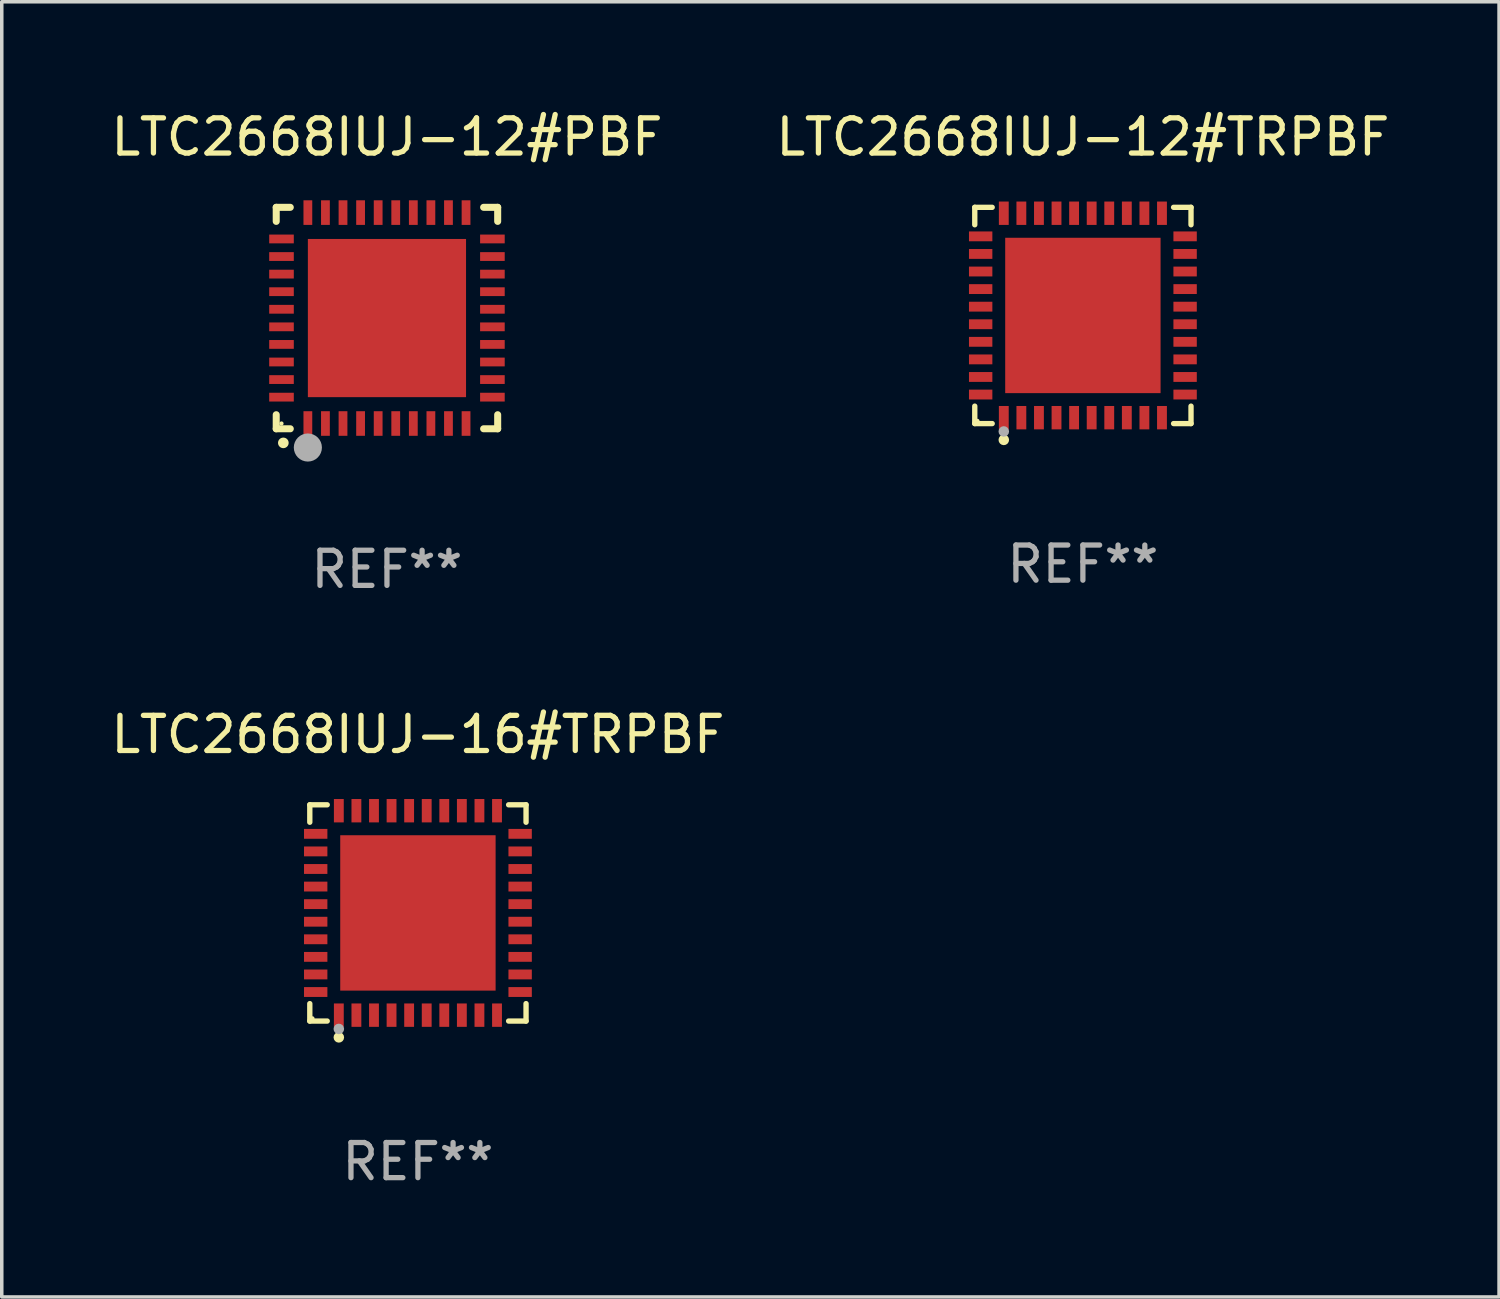
<source format=kicad_pcb>
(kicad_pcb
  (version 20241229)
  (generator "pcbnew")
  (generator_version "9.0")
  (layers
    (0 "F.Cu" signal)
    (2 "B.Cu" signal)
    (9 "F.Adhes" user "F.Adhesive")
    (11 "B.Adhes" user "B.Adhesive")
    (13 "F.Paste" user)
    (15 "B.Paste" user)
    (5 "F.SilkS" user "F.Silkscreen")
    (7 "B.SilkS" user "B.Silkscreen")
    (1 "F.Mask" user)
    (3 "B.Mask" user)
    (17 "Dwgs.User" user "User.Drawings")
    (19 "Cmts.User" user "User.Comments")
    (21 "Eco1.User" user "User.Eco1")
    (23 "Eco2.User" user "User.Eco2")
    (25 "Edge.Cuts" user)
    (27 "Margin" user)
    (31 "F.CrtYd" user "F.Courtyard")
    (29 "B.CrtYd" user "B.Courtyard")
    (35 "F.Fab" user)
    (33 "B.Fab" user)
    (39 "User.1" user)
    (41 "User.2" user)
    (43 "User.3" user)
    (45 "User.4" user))
  (footprint "LTC2668IUJ-12#PBF"
    (layer "F.Cu")
    (at 7.958 5.998)
    (property "Reference" "LTC2668IUJ-12#PBF" (at 0 -5.15 0) (layer "F.SilkS") (effects (font (size 1 1) (thickness 0.15))))
    (attr through_hole)
    (fp_line (start -3.15 -3.15) (end -2.75 -3.15) (stroke (width 0.2) (type solid)) (layer "F.SilkS"))
    (fp_line (start -3.15 -2.75) (end -3.15 -3.15) (stroke (width 0.2) (type solid)) (layer "F.SilkS"))
    (fp_line (start -3.15 3.15) (end -3.15 2.75) (stroke (width 0.2) (type solid)) (layer "F.SilkS"))
    (fp_line (start -2.75 3.15) (end -3.15 3.15) (stroke (width 0.2) (type solid)) (layer "F.SilkS"))
    (fp_line (start 3.15 -3.15) (end 2.75 -3.15) (stroke (width 0.2) (type solid)) (layer "F.SilkS"))
    (fp_line (start 3.15 -2.75) (end 3.15 -3.15) (stroke (width 0.2) (type solid)) (layer "F.SilkS"))
    (fp_line (start 3.15 2.75) (end 3.15 3.15) (stroke (width 0.2) (type solid)) (layer "F.SilkS"))
    (fp_line (start 3.15 3.15) (end 2.75 3.15) (stroke (width 0.2) (type solid)) (layer "F.SilkS"))
    (fp_arc (start -2.94892 3.550927) (mid -2.94765 3.550922) (end -2.94638 3.550927) (stroke (width 0.3) (type solid)) (layer "F.SilkS"))
    (fp_circle (center -3 3) (end -2.97 3) (stroke (width 0.06) (type solid)) (fill no) (layer "F.SilkS"))
    (fp_circle (center -2.25 3.683) (end -2.05 3.683) (stroke (width 0.4) (type solid)) (fill no) (layer "F.Fab"))
    (fp_text user "REF**" (at 0 7.15 0) (layer "F.Fab") (effects (font (size 1 1) (thickness 0.15))))
    (pad "1" smd rect (at -2.25 3 180) (size 0.25 0.7) (layers "F.Cu" "F.Mask" "F.Paste"))
    (pad "2" smd rect (at -1.75 3 180) (size 0.25 0.7) (layers "F.Cu" "F.Mask" "F.Paste"))
    (pad "3" smd rect (at -1.25 3 180) (size 0.25 0.7) (layers "F.Cu" "F.Mask" "F.Paste"))
    (pad "4" smd rect (at -0.75 3 180) (size 0.25 0.7) (layers "F.Cu" "F.Mask" "F.Paste"))
    (pad "5" smd rect (at -0.25 3 180) (size 0.25 0.7) (layers "F.Cu" "F.Mask" "F.Paste"))
    (pad "6" smd rect (at 0.25 3 180) (size 0.25 0.7) (layers "F.Cu" "F.Mask" "F.Paste"))
    (pad "7" smd rect (at 0.75 3 180) (size 0.25 0.7) (layers "F.Cu" "F.Mask" "F.Paste"))
    (pad "8" smd rect (at 1.25 3 180) (size 0.25 0.7) (layers "F.Cu" "F.Mask" "F.Paste"))
    (pad "9" smd rect (at 1.75 3 180) (size 0.25 0.7) (layers "F.Cu" "F.Mask" "F.Paste"))
    (pad "10" smd rect (at 2.25 3 180) (size 0.25 0.7) (layers "F.Cu" "F.Mask" "F.Paste"))
    (pad "11" smd rect (at 3 2.25 90) (size 0.25 0.7) (layers "F.Cu" "F.Mask" "F.Paste"))
    (pad "12" smd rect (at 3 1.75 90) (size 0.25 0.7) (layers "F.Cu" "F.Mask" "F.Paste"))
    (pad "13" smd rect (at 3 1.25 90) (size 0.25 0.7) (layers "F.Cu" "F.Mask" "F.Paste"))
    (pad "14" smd rect (at 3 0.75 90) (size 0.25 0.7) (layers "F.Cu" "F.Mask" "F.Paste"))
    (pad "15" smd rect (at 3 0.25 90) (size 0.25 0.7) (layers "F.Cu" "F.Mask" "F.Paste"))
    (pad "16" smd rect (at 3 -0.25 90) (size 0.25 0.7) (layers "F.Cu" "F.Mask" "F.Paste"))
    (pad "17" smd rect (at 3 -0.75 90) (size 0.25 0.7) (layers "F.Cu" "F.Mask" "F.Paste"))
    (pad "18" smd rect (at 3 -1.25 90) (size 0.25 0.7) (layers "F.Cu" "F.Mask" "F.Paste"))
    (pad "19" smd rect (at 3 -1.75 90) (size 0.25 0.7) (layers "F.Cu" "F.Mask" "F.Paste"))
    (pad "20" smd rect (at 3 -2.25 90) (size 0.25 0.7) (layers "F.Cu" "F.Mask" "F.Paste"))
    (pad "21" smd rect (at 2.25 -3 180) (size 0.25 0.7) (layers "F.Cu" "F.Mask" "F.Paste"))
    (pad "22" smd rect (at 1.75 -3 180) (size 0.25 0.7) (layers "F.Cu" "F.Mask" "F.Paste"))
    (pad "23" smd rect (at 1.25 -3 180) (size 0.25 0.7) (layers "F.Cu" "F.Mask" "F.Paste"))
    (pad "24" smd rect (at 0.75 -3 180) (size 0.25 0.7) (layers "F.Cu" "F.Mask" "F.Paste"))
    (pad "25" smd rect (at 0.25 -3 180) (size 0.25 0.7) (layers "F.Cu" "F.Mask" "F.Paste"))
    (pad "26" smd rect (at -0.25 -3 180) (size 0.25 0.7) (layers "F.Cu" "F.Mask" "F.Paste"))
    (pad "27" smd rect (at -0.75 -3 180) (size 0.25 0.7) (layers "F.Cu" "F.Mask" "F.Paste"))
    (pad "28" smd rect (at -1.25 -3 180) (size 0.25 0.7) (layers "F.Cu" "F.Mask" "F.Paste"))
    (pad "29" smd rect (at -1.75 -3 180) (size 0.25 0.7) (layers "F.Cu" "F.Mask" "F.Paste"))
    (pad "30" smd rect (at -2.25 -3 180) (size 0.25 0.7) (layers "F.Cu" "F.Mask" "F.Paste"))
    (pad "31" smd rect (at -3 -2.25 90) (size 0.25 0.7) (layers "F.Cu" "F.Mask" "F.Paste"))
    (pad "32" smd rect (at -3 -1.75 90) (size 0.25 0.7) (layers "F.Cu" "F.Mask" "F.Paste"))
    (pad "33" smd rect (at -3 -1.25 90) (size 0.25 0.7) (layers "F.Cu" "F.Mask" "F.Paste"))
    (pad "34" smd rect (at -3 -0.75 90) (size 0.25 0.7) (layers "F.Cu" "F.Mask" "F.Paste"))
    (pad "35" smd rect (at -3 -0.25 90) (size 0.25 0.7) (layers "F.Cu" "F.Mask" "F.Paste"))
    (pad "36" smd rect (at -3 0.25 90) (size 0.25 0.7) (layers "F.Cu" "F.Mask" "F.Paste"))
    (pad "37" smd rect (at -3 0.75 90) (size 0.25 0.7) (layers "F.Cu" "F.Mask" "F.Paste"))
    (pad "38" smd rect (at -3 1.25 90) (size 0.25 0.7) (layers "F.Cu" "F.Mask" "F.Paste"))
    (pad "39" smd rect (at -3 1.75 90) (size 0.25 0.7) (layers "F.Cu" "F.Mask" "F.Paste"))
    (pad "40" smd rect (at -3 2.25 90) (size 0.25 0.7) (layers "F.Cu" "F.Mask" "F.Paste"))
    (pad "41" smd rect (at 0.000102 0.000076 90) (size 4.5 4.5) (layers "F.Cu" "F.Mask" "F.Paste")))
  (footprint "LTC2668IUJ-12#TRPBF"
    (layer "F.Cu")
    (at 27.756 5.924)
    (property "Reference" "LTC2668IUJ-12#TRPBF" (at 0 -5.076 0) (layer "F.SilkS") (effects (font (size 1 1) (thickness 0.15))))
    (attr through_hole)
    (fp_line (start -3.076 -3.076) (end -2.58 -3.076) (stroke (width 0.152) (type solid)) (layer "F.SilkS"))
    (fp_line (start -3.076 -2.58) (end -3.076 -3.076) (stroke (width 0.152) (type solid)) (layer "F.SilkS"))
    (fp_line (start -3.076 2.58) (end -3.076 3.076) (stroke (width 0.152) (type solid)) (layer "F.SilkS"))
    (fp_line (start -3.076 3.076) (end -2.58 3.076) (stroke (width 0.152) (type solid)) (layer "F.SilkS"))
    (fp_line (start 3.076 -3.076) (end 2.58 -3.076) (stroke (width 0.152) (type solid)) (layer "F.SilkS"))
    (fp_line (start 3.076 -2.58) (end 3.076 -3.076) (stroke (width 0.152) (type solid)) (layer "F.SilkS"))
    (fp_line (start 3.076 2.58) (end 3.076 3.076) (stroke (width 0.152) (type solid)) (layer "F.SilkS"))
    (fp_line (start 3.076 3.076) (end 2.58 3.076) (stroke (width 0.152) (type solid)) (layer "F.SilkS"))
    (fp_circle (center -3 3) (end -2.97 3) (stroke (width 0.06) (type solid)) (fill no) (layer "F.SilkS"))
    (fp_circle (center -2.25 3.54) (end -2.175 3.54) (stroke (width 0.15) (type solid)) (fill no) (layer "F.SilkS"))
    (fp_circle (center -2.25 3.3) (end -2.175 3.3) (stroke (width 0.15) (type solid)) (fill no) (layer "F.Fab"))
    (fp_text user "REF**" (at 0 7.076 0) (layer "F.Fab") (effects (font (size 1 1) (thickness 0.15))))
    (pad "1" smd rect (at -2.25 2.908) (size 0.28 0.665) (layers "F.Cu" "F.Mask" "F.Paste"))
    (pad "2" smd rect (at -1.75 2.908) (size 0.28 0.665) (layers "F.Cu" "F.Mask" "F.Paste"))
    (pad "3" smd rect (at -1.25 2.908) (size 0.28 0.665) (layers "F.Cu" "F.Mask" "F.Paste"))
    (pad "4" smd rect (at -0.75 2.908) (size 0.28 0.665) (layers "F.Cu" "F.Mask" "F.Paste"))
    (pad "5" smd rect (at -0.25 2.908) (size 0.28 0.665) (layers "F.Cu" "F.Mask" "F.Paste"))
    (pad "6" smd rect (at 0.25 2.908) (size 0.28 0.665) (layers "F.Cu" "F.Mask" "F.Paste"))
    (pad "7" smd rect (at 0.75 2.908) (size 0.28 0.665) (layers "F.Cu" "F.Mask" "F.Paste"))
    (pad "8" smd rect (at 1.25 2.908) (size 0.28 0.665) (layers "F.Cu" "F.Mask" "F.Paste"))
    (pad "9" smd rect (at 1.75 2.908) (size 0.28 0.665) (layers "F.Cu" "F.Mask" "F.Paste"))
    (pad "10" smd rect (at 2.25 2.908) (size 0.28 0.665) (layers "F.Cu" "F.Mask" "F.Paste"))
    (pad "11" smd rect (at 2.908 2.25) (size 0.665 0.28) (layers "F.Cu" "F.Mask" "F.Paste"))
    (pad "12" smd rect (at 2.908 1.75) (size 0.665 0.28) (layers "F.Cu" "F.Mask" "F.Paste"))
    (pad "13" smd rect (at 2.908 1.25) (size 0.665 0.28) (layers "F.Cu" "F.Mask" "F.Paste"))
    (pad "14" smd rect (at 2.908 0.75) (size 0.665 0.28) (layers "F.Cu" "F.Mask" "F.Paste"))
    (pad "15" smd rect (at 2.908 0.25) (size 0.665 0.28) (layers "F.Cu" "F.Mask" "F.Paste"))
    (pad "16" smd rect (at 2.908 -0.25) (size 0.665 0.28) (layers "F.Cu" "F.Mask" "F.Paste"))
    (pad "17" smd rect (at 2.908 -0.75) (size 0.665 0.28) (layers "F.Cu" "F.Mask" "F.Paste"))
    (pad "18" smd rect (at 2.908 -1.25) (size 0.665 0.28) (layers "F.Cu" "F.Mask" "F.Paste"))
    (pad "19" smd rect (at 2.908 -1.75) (size 0.665 0.28) (layers "F.Cu" "F.Mask" "F.Paste"))
    (pad "20" smd rect (at 2.908 -2.25) (size 0.665 0.28) (layers "F.Cu" "F.Mask" "F.Paste"))
    (pad "21" smd rect (at 2.25 -2.908) (size 0.28 0.665) (layers "F.Cu" "F.Mask" "F.Paste"))
    (pad "22" smd rect (at 1.75 -2.908) (size 0.28 0.665) (layers "F.Cu" "F.Mask" "F.Paste"))
    (pad "23" smd rect (at 1.25 -2.908) (size 0.28 0.665) (layers "F.Cu" "F.Mask" "F.Paste"))
    (pad "24" smd rect (at 0.75 -2.908) (size 0.28 0.665) (layers "F.Cu" "F.Mask" "F.Paste"))
    (pad "25" smd rect (at 0.25 -2.908) (size 0.28 0.665) (layers "F.Cu" "F.Mask" "F.Paste"))
    (pad "26" smd rect (at -0.25 -2.908) (size 0.28 0.665) (layers "F.Cu" "F.Mask" "F.Paste"))
    (pad "27" smd rect (at -0.75 -2.908) (size 0.28 0.665) (layers "F.Cu" "F.Mask" "F.Paste"))
    (pad "28" smd rect (at -1.25 -2.908) (size 0.28 0.665) (layers "F.Cu" "F.Mask" "F.Paste"))
    (pad "29" smd rect (at -1.75 -2.908) (size 0.28 0.665) (layers "F.Cu" "F.Mask" "F.Paste"))
    (pad "30" smd rect (at -2.25 -2.908) (size 0.28 0.665) (layers "F.Cu" "F.Mask" "F.Paste"))
    (pad "31" smd rect (at -2.908 -2.25) (size 0.665 0.28) (layers "F.Cu" "F.Mask" "F.Paste"))
    (pad "32" smd rect (at -2.908 -1.75) (size 0.665 0.28) (layers "F.Cu" "F.Mask" "F.Paste"))
    (pad "33" smd rect (at -2.908 -1.25) (size 0.665 0.28) (layers "F.Cu" "F.Mask" "F.Paste"))
    (pad "34" smd rect (at -2.908 -0.75) (size 0.665 0.28) (layers "F.Cu" "F.Mask" "F.Paste"))
    (pad "35" smd rect (at -2.908 -0.25) (size 0.665 0.28) (layers "F.Cu" "F.Mask" "F.Paste"))
    (pad "36" smd rect (at -2.908 0.25) (size 0.665 0.28) (layers "F.Cu" "F.Mask" "F.Paste"))
    (pad "37" smd rect (at -2.908 0.75) (size 0.665 0.28) (layers "F.Cu" "F.Mask" "F.Paste"))
    (pad "38" smd rect (at -2.908 1.25) (size 0.665 0.28) (layers "F.Cu" "F.Mask" "F.Paste"))
    (pad "39" smd rect (at -2.908 1.75) (size 0.665 0.28) (layers "F.Cu" "F.Mask" "F.Paste"))
    (pad "40" smd rect (at -2.908 2.25) (size 0.665 0.28) (layers "F.Cu" "F.Mask" "F.Paste"))
    (pad "41" smd rect (at 0 0) (size 4.42 4.42) (layers "F.Cu" "F.Mask" "F.Paste")))
  (footprint "LTC2668IUJ-16#TRPBF"
    (layer "F.Cu")
    (at 8.839 22.921)
    (property "Reference" "LTC2668IUJ-16#TRPBF" (at 0 -5.076 0) (layer "F.SilkS") (effects (font (size 1 1) (thickness 0.15))))
    (attr through_hole)
    (fp_line (start -3.076 -3.076) (end -2.58 -3.076) (stroke (width 0.152) (type solid)) (layer "F.SilkS"))
    (fp_line (start -3.076 -2.58) (end -3.076 -3.076) (stroke (width 0.152) (type solid)) (layer "F.SilkS"))
    (fp_line (start -3.076 2.58) (end -3.076 3.076) (stroke (width 0.152) (type solid)) (layer "F.SilkS"))
    (fp_line (start -3.076 3.076) (end -2.58 3.076) (stroke (width 0.152) (type solid)) (layer "F.SilkS"))
    (fp_line (start 3.076 -3.076) (end 2.58 -3.076) (stroke (width 0.152) (type solid)) (layer "F.SilkS"))
    (fp_line (start 3.076 -2.58) (end 3.076 -3.076) (stroke (width 0.152) (type solid)) (layer "F.SilkS"))
    (fp_line (start 3.076 2.58) (end 3.076 3.076) (stroke (width 0.152) (type solid)) (layer "F.SilkS"))
    (fp_line (start 3.076 3.076) (end 2.58 3.076) (stroke (width 0.152) (type solid)) (layer "F.SilkS"))
    (fp_circle (center -3 3) (end -2.97 3) (stroke (width 0.06) (type solid)) (fill no) (layer "F.SilkS"))
    (fp_circle (center -2.25 3.54) (end -2.175 3.54) (stroke (width 0.15) (type solid)) (fill no) (layer "F.SilkS"))
    (fp_circle (center -2.25 3.3) (end -2.175 3.3) (stroke (width 0.15) (type solid)) (fill no) (layer "F.Fab"))
    (fp_text user "REF**" (at 0 7.076 0) (layer "F.Fab") (effects (font (size 1 1) (thickness 0.15))))
    (pad "1" smd rect (at -2.25 2.908) (size 0.28 0.665) (layers "F.Cu" "F.Mask" "F.Paste"))
    (pad "2" smd rect (at -1.75 2.908) (size 0.28 0.665) (layers "F.Cu" "F.Mask" "F.Paste"))
    (pad "3" smd rect (at -1.25 2.908) (size 0.28 0.665) (layers "F.Cu" "F.Mask" "F.Paste"))
    (pad "4" smd rect (at -0.75 2.908) (size 0.28 0.665) (layers "F.Cu" "F.Mask" "F.Paste"))
    (pad "5" smd rect (at -0.25 2.908) (size 0.28 0.665) (layers "F.Cu" "F.Mask" "F.Paste"))
    (pad "6" smd rect (at 0.25 2.908) (size 0.28 0.665) (layers "F.Cu" "F.Mask" "F.Paste"))
    (pad "7" smd rect (at 0.75 2.908) (size 0.28 0.665) (layers "F.Cu" "F.Mask" "F.Paste"))
    (pad "8" smd rect (at 1.25 2.908) (size 0.28 0.665) (layers "F.Cu" "F.Mask" "F.Paste"))
    (pad "9" smd rect (at 1.75 2.908) (size 0.28 0.665) (layers "F.Cu" "F.Mask" "F.Paste"))
    (pad "10" smd rect (at 2.25 2.908) (size 0.28 0.665) (layers "F.Cu" "F.Mask" "F.Paste"))
    (pad "11" smd rect (at 2.908 2.25) (size 0.665 0.28) (layers "F.Cu" "F.Mask" "F.Paste"))
    (pad "12" smd rect (at 2.908 1.75) (size 0.665 0.28) (layers "F.Cu" "F.Mask" "F.Paste"))
    (pad "13" smd rect (at 2.908 1.25) (size 0.665 0.28) (layers "F.Cu" "F.Mask" "F.Paste"))
    (pad "14" smd rect (at 2.908 0.75) (size 0.665 0.28) (layers "F.Cu" "F.Mask" "F.Paste"))
    (pad "15" smd rect (at 2.908 0.25) (size 0.665 0.28) (layers "F.Cu" "F.Mask" "F.Paste"))
    (pad "16" smd rect (at 2.908 -0.25) (size 0.665 0.28) (layers "F.Cu" "F.Mask" "F.Paste"))
    (pad "17" smd rect (at 2.908 -0.75) (size 0.665 0.28) (layers "F.Cu" "F.Mask" "F.Paste"))
    (pad "18" smd rect (at 2.908 -1.25) (size 0.665 0.28) (layers "F.Cu" "F.Mask" "F.Paste"))
    (pad "19" smd rect (at 2.908 -1.75) (size 0.665 0.28) (layers "F.Cu" "F.Mask" "F.Paste"))
    (pad "20" smd rect (at 2.908 -2.25) (size 0.665 0.28) (layers "F.Cu" "F.Mask" "F.Paste"))
    (pad "21" smd rect (at 2.25 -2.908) (size 0.28 0.665) (layers "F.Cu" "F.Mask" "F.Paste"))
    (pad "22" smd rect (at 1.75 -2.908) (size 0.28 0.665) (layers "F.Cu" "F.Mask" "F.Paste"))
    (pad "23" smd rect (at 1.25 -2.908) (size 0.28 0.665) (layers "F.Cu" "F.Mask" "F.Paste"))
    (pad "24" smd rect (at 0.75 -2.908) (size 0.28 0.665) (layers "F.Cu" "F.Mask" "F.Paste"))
    (pad "25" smd rect (at 0.25 -2.908) (size 0.28 0.665) (layers "F.Cu" "F.Mask" "F.Paste"))
    (pad "26" smd rect (at -0.25 -2.908) (size 0.28 0.665) (layers "F.Cu" "F.Mask" "F.Paste"))
    (pad "27" smd rect (at -0.75 -2.908) (size 0.28 0.665) (layers "F.Cu" "F.Mask" "F.Paste"))
    (pad "28" smd rect (at -1.25 -2.908) (size 0.28 0.665) (layers "F.Cu" "F.Mask" "F.Paste"))
    (pad "29" smd rect (at -1.75 -2.908) (size 0.28 0.665) (layers "F.Cu" "F.Mask" "F.Paste"))
    (pad "30" smd rect (at -2.25 -2.908) (size 0.28 0.665) (layers "F.Cu" "F.Mask" "F.Paste"))
    (pad "31" smd rect (at -2.908 -2.25) (size 0.665 0.28) (layers "F.Cu" "F.Mask" "F.Paste"))
    (pad "32" smd rect (at -2.908 -1.75) (size 0.665 0.28) (layers "F.Cu" "F.Mask" "F.Paste"))
    (pad "33" smd rect (at -2.908 -1.25) (size 0.665 0.28) (layers "F.Cu" "F.Mask" "F.Paste"))
    (pad "34" smd rect (at -2.908 -0.75) (size 0.665 0.28) (layers "F.Cu" "F.Mask" "F.Paste"))
    (pad "35" smd rect (at -2.908 -0.25) (size 0.665 0.28) (layers "F.Cu" "F.Mask" "F.Paste"))
    (pad "36" smd rect (at -2.908 0.25) (size 0.665 0.28) (layers "F.Cu" "F.Mask" "F.Paste"))
    (pad "37" smd rect (at -2.908 0.75) (size 0.665 0.28) (layers "F.Cu" "F.Mask" "F.Paste"))
    (pad "38" smd rect (at -2.908 1.25) (size 0.665 0.28) (layers "F.Cu" "F.Mask" "F.Paste"))
    (pad "39" smd rect (at -2.908 1.75) (size 0.665 0.28) (layers "F.Cu" "F.Mask" "F.Paste"))
    (pad "40" smd rect (at -2.908 2.25) (size 0.665 0.28) (layers "F.Cu" "F.Mask" "F.Paste"))
    (pad "41" smd rect (at 0 0) (size 4.42 4.42) (layers "F.Cu" "F.Mask" "F.Paste")))
  (gr_rect
    (start -3 -3)
    (end 39.595 33.845)
    (stroke (width 0.1) (type default))
    (fill no)
    (layer "Edge.Cuts")))
</source>
